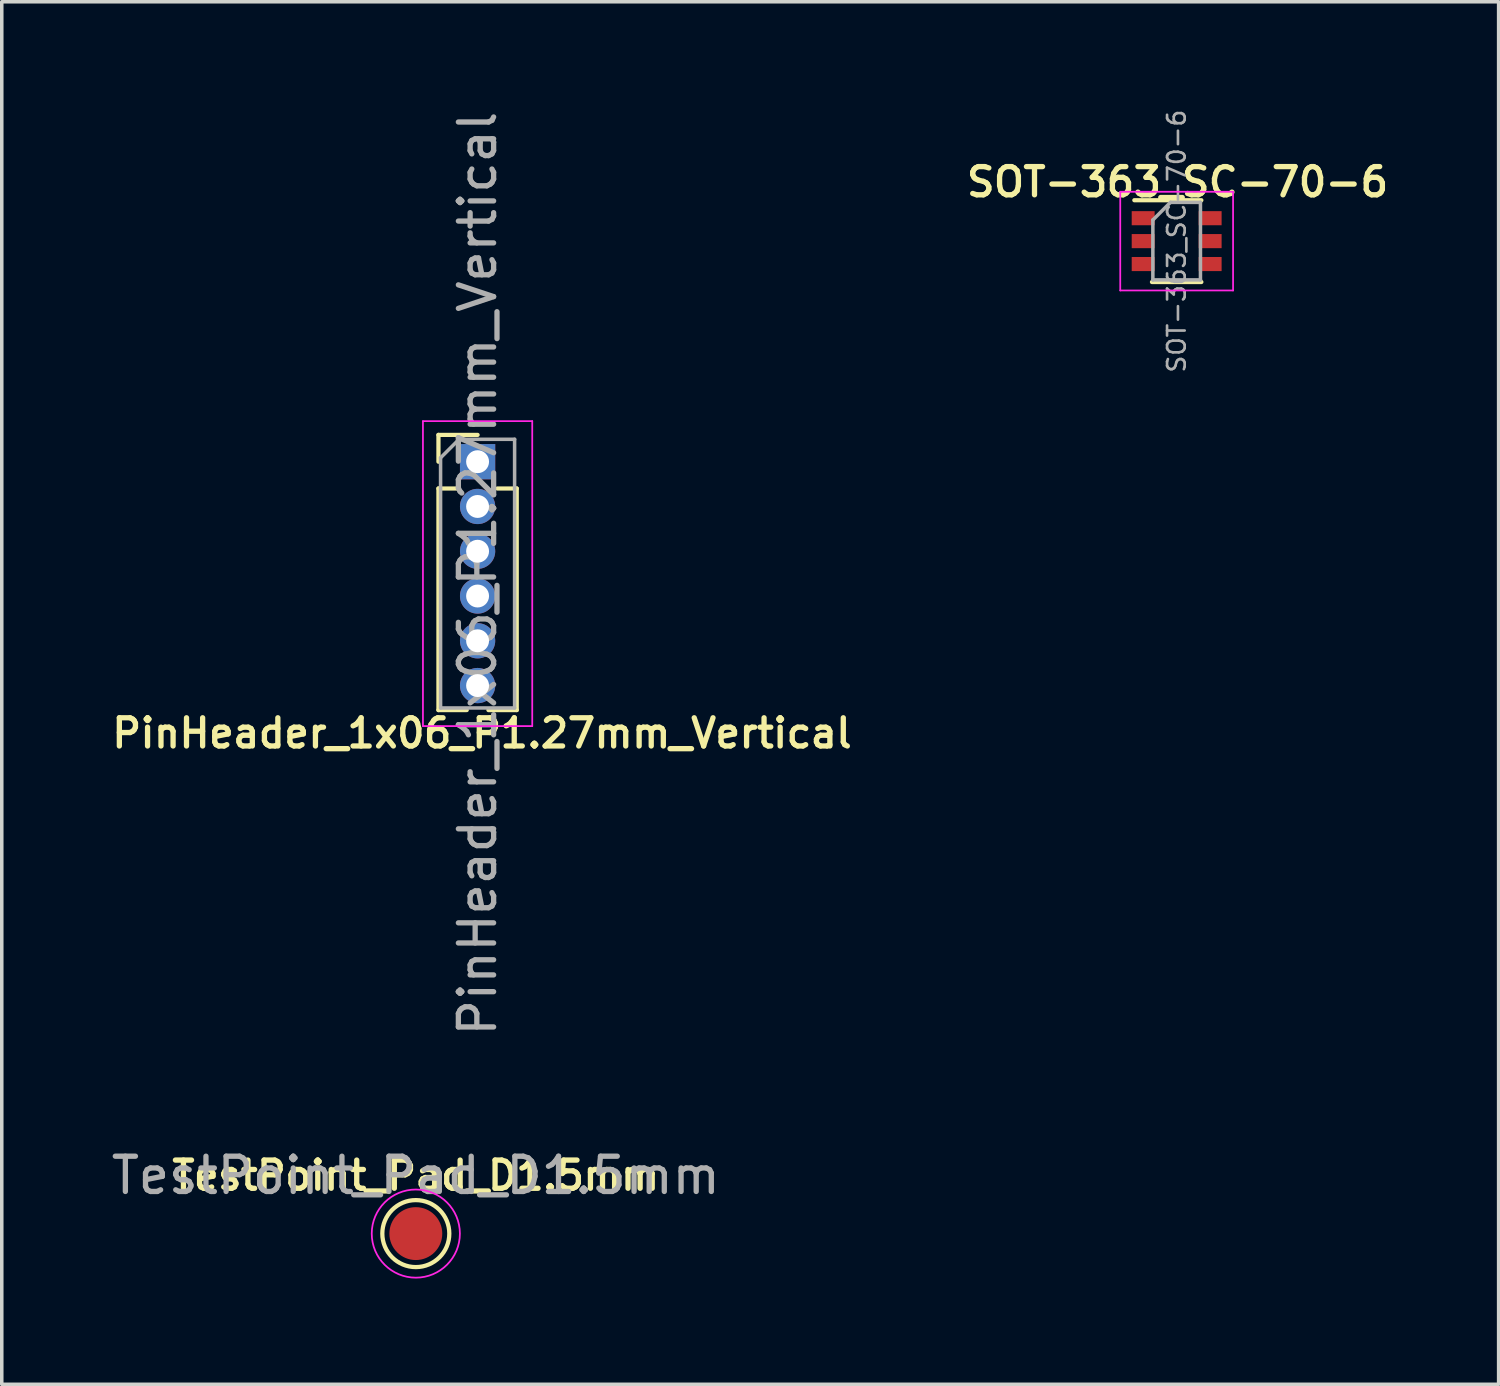
<source format=kicad_pcb>
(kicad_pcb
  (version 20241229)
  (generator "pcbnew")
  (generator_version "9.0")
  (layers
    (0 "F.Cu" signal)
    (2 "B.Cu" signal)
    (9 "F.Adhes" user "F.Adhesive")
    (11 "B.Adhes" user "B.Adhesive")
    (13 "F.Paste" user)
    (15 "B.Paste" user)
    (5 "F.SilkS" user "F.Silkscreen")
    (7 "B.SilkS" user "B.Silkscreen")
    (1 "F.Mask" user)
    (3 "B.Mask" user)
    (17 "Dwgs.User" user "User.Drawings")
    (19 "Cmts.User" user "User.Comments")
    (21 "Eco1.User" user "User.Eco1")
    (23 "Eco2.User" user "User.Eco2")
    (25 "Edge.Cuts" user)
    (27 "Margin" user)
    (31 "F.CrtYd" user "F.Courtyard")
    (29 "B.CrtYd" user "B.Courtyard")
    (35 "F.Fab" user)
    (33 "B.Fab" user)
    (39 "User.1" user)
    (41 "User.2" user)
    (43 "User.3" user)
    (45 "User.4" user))
  (footprint "PinHeader_1x06_P1.27mm_Vertical"
    (layer "F.Cu")
    (at 10.496 10.045)
    (property "Reference" "PinHeader_1x06_P1.27mm_Vertical" (at 0.125 7.701 180) (layer "F.SilkS") (effects (font (size 0.8 0.8) (thickness 0.15))))
    (attr through_hole exclude_from_pos_files exclude_from_bom)
    (fp_line (start -1.11 -0.76) (end 0 -0.76) (stroke (width 0.12) (type solid)) (layer "F.SilkS"))
    (fp_line (start -1.11 0) (end -1.11 -0.76) (stroke (width 0.12) (type solid)) (layer "F.SilkS"))
    (fp_line (start -1.11 0.76) (end -1.11 7.045) (stroke (width 0.12) (type solid)) (layer "F.SilkS"))
    (fp_line (start -1.11 0.76) (end -0.563 0.76) (stroke (width 0.12) (type solid)) (layer "F.SilkS"))
    (fp_line (start -1.11 7.045) (end -0.308 7.045) (stroke (width 0.12) (type solid)) (layer "F.SilkS"))
    (fp_line (start 0.308 7.045) (end 1.11 7.045) (stroke (width 0.12) (type solid)) (layer "F.SilkS"))
    (fp_line (start 0.563 0.76) (end 1.11 0.76) (stroke (width 0.12) (type solid)) (layer "F.SilkS"))
    (fp_line (start 1.11 0.76) (end 1.11 7.045) (stroke (width 0.12) (type solid)) (layer "F.SilkS"))
    (fp_line (start -1.55 -1.15) (end -1.55 7.5) (stroke (width 0.05) (type solid)) (layer "F.CrtYd"))
    (fp_line (start -1.55 7.5) (end 1.55 7.5) (stroke (width 0.05) (type solid)) (layer "F.CrtYd"))
    (fp_line (start 1.55 -1.15) (end -1.55 -1.15) (stroke (width 0.05) (type solid)) (layer "F.CrtYd"))
    (fp_line (start 1.55 7.5) (end 1.55 -1.15) (stroke (width 0.05) (type solid)) (layer "F.CrtYd"))
    (fp_line (start -1.05 -0.11) (end -0.525 -0.635) (stroke (width 0.1) (type solid)) (layer "F.Fab"))
    (fp_line (start -1.05 6.985) (end -1.05 -0.11) (stroke (width 0.1) (type solid)) (layer "F.Fab"))
    (fp_line (start -0.525 -0.635) (end 1.05 -0.635) (stroke (width 0.1) (type solid)) (layer "F.Fab"))
    (fp_line (start 1.05 -0.635) (end 1.05 6.985) (stroke (width 0.1) (type solid)) (layer "F.Fab"))
    (fp_line (start 1.05 6.985) (end -1.05 6.985) (stroke (width 0.1) (type solid)) (layer "F.Fab"))
    (fp_text user "${REFERENCE}" (at 0 3.175 90) (layer "F.Fab") (effects (font (size 1 1) (thickness 0.15))))
    (pad "1" thru_hole rect (at 0 0) (size 1 1) (drill 0.65) (layers "*.Cu" "*.Mask"))
    (pad "2" thru_hole oval (at 0 1.27) (size 1 1) (drill 0.65) (layers "*.Cu" "*.Mask"))
    (pad "3" thru_hole oval (at 0 2.54) (size 1 1) (drill 0.65) (layers "*.Cu" "*.Mask"))
    (pad "4" thru_hole oval (at 0 3.81) (size 1 1) (drill 0.65) (layers "*.Cu" "*.Mask"))
    (pad "5" thru_hole oval (at 0 5.08) (size 1 1) (drill 0.65) (layers "*.Cu" "*.Mask"))
    (pad "6" thru_hole oval (at 0 6.35) (size 1 1) (drill 0.65) (layers "*.Cu" "*.Mask")))
  (footprint "TestPoint_Pad_D1.5mm"
    (layer "F.Cu")
    (at 8.744 31.939)
    (property "Reference" "TestPoint_Pad_D1.5mm" (at 0 -1.648 0) (layer "F.SilkS") (effects (font (size 0.8 0.8) (thickness 0.15))))
    (attr exclude_from_pos_files)
    (fp_circle (center 0 0) (end 0 0.95) (stroke (width 0.12) (type solid)) (fill no) (layer "F.SilkS"))
    (fp_circle (center 0 0) (end 1.25 0) (stroke (width 0.05) (type solid)) (fill no) (layer "F.CrtYd"))
    (fp_text user "${REFERENCE}" (at 0 -1.65 0) (layer "F.Fab") (effects (font (size 1 1) (thickness 0.15))))
    (pad "1" smd circle (at 0 0 180) (size 1.5 1.5) (layers "F.Cu" "F.Mask")))
  (footprint "SOT-363_SC-70-6"
    (layer "F.Cu")
    (at 30.324 3.789)
    (property "Reference" "SOT-363_SC-70-6" (at 0.025 -1.676 0) (layer "F.SilkS") (effects (font (size 0.8 0.8) (thickness 0.15))))
    (attr smd)
    (fp_line (start -0.7 1.16) (end 0.7 1.16) (stroke (width 0.12) (type solid)) (layer "F.SilkS"))
    (fp_line (start 0.7 -1.16) (end -1.2 -1.16) (stroke (width 0.12) (type solid)) (layer "F.SilkS"))
    (fp_line (start -1.6 -1.4) (end -1.6 1.4) (stroke (width 0.05) (type solid)) (layer "F.CrtYd"))
    (fp_line (start -1.6 -1.4) (end 1.6 -1.4) (stroke (width 0.05) (type solid)) (layer "F.CrtYd"))
    (fp_line (start -1.6 1.4) (end 1.6 1.4) (stroke (width 0.05) (type solid)) (layer "F.CrtYd"))
    (fp_line (start 1.6 1.4) (end 1.6 -1.4) (stroke (width 0.05) (type solid)) (layer "F.CrtYd"))
    (fp_line (start -0.675 -0.6) (end -0.675 1.1) (stroke (width 0.1) (type solid)) (layer "F.Fab"))
    (fp_line (start -0.175 -1.1) (end -0.675 -0.6) (stroke (width 0.1) (type solid)) (layer "F.Fab"))
    (fp_line (start 0.675 -1.1) (end -0.175 -1.1) (stroke (width 0.1) (type solid)) (layer "F.Fab"))
    (fp_line (start 0.675 -1.1) (end 0.675 1.1) (stroke (width 0.1) (type solid)) (layer "F.Fab"))
    (fp_line (start 0.675 1.1) (end -0.675 1.1) (stroke (width 0.1) (type solid)) (layer "F.Fab"))
    (fp_text user "${REFERENCE}" (at 0 0 90) (layer "F.Fab") (effects (font (size 0.5 0.5) (thickness 0.075))))
    (pad "1" smd rect (at -0.95 -0.65) (size 0.65 0.4) (layers "F.Cu" "F.Mask" "F.Paste"))
    (pad "2" smd rect (at -0.95 0) (size 0.65 0.4) (layers "F.Cu" "F.Mask" "F.Paste"))
    (pad "3" smd rect (at -0.95 0.65) (size 0.65 0.4) (layers "F.Cu" "F.Mask" "F.Paste"))
    (pad "4" smd rect (at 0.95 0.65) (size 0.65 0.4) (layers "F.Cu" "F.Mask" "F.Paste"))
    (pad "5" smd rect (at 0.95 0) (size 0.65 0.4) (layers "F.Cu" "F.Mask" "F.Paste"))
    (pad "6" smd rect (at 0.95 -0.65) (size 0.65 0.4) (layers "F.Cu" "F.Mask" "F.Paste")))
  (gr_rect
    (start -3 -3)
    (end 39.456 36.214)
    (stroke (width 0.1) (type default))
    (fill no)
    (layer "Edge.Cuts")))
</source>
